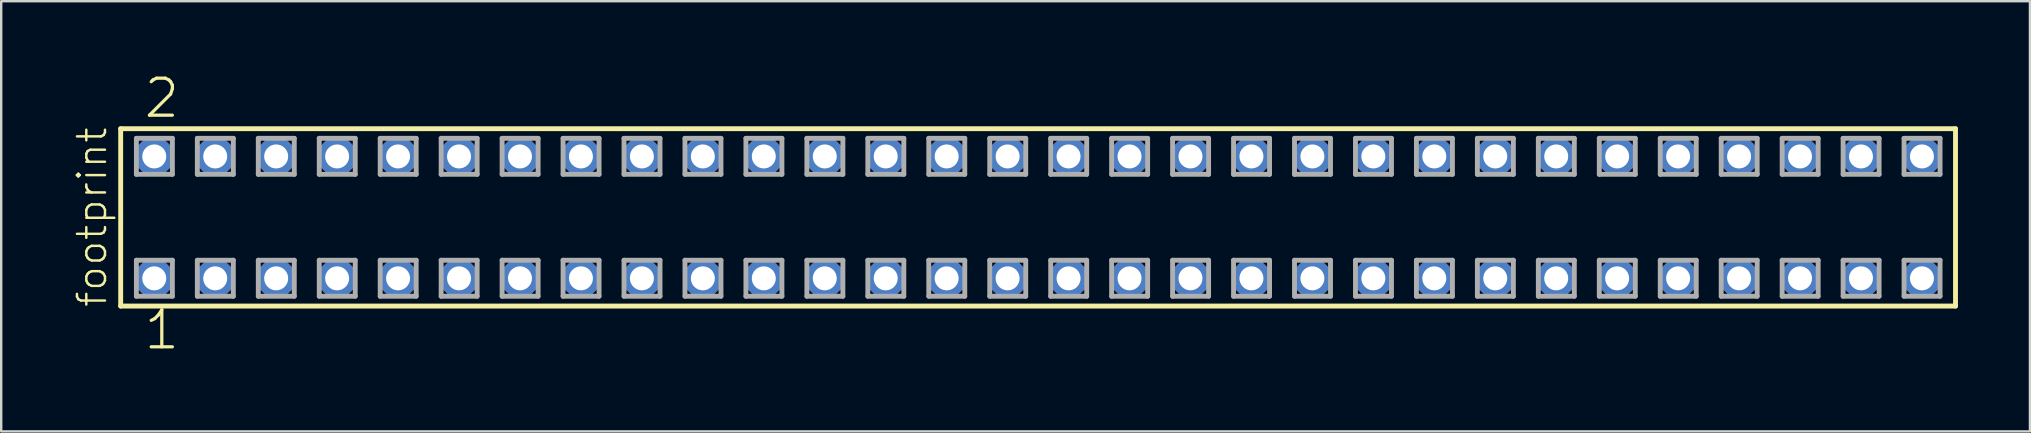
<source format=kicad_pcb>
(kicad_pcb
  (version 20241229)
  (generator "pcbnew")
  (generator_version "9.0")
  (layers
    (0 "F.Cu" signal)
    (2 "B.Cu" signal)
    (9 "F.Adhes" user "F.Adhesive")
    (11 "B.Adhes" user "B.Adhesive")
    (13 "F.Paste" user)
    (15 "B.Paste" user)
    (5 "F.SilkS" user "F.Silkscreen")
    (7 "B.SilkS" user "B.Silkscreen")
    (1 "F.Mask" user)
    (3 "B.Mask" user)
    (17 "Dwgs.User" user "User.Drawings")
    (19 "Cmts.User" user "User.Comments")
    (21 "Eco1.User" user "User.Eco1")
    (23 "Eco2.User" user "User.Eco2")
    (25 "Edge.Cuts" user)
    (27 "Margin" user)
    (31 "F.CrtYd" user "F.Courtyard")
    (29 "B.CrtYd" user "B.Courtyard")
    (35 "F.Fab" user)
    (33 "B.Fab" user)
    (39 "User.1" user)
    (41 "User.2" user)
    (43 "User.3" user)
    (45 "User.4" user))
  (footprint "footprint"
    (layer "F.Cu")
    (at 40.208 6.009)
    (property "Reference" "footprint" (at -38.735 3.81 90) (layer "F.SilkS") (effects (font (size 1.168 1.168) (thickness 0.102)) (justify left bottom)))
    (fp_line (start -38.229 -3.695) (end 38.229 -3.695) (stroke (width 0.203) (type solid)) (layer "F.SilkS"))
    (fp_line (start -38.229 3.695) (end -38.229 -3.695) (stroke (width 0.203) (type solid)) (layer "F.SilkS"))
    (fp_line (start 38.229 -3.695) (end 38.229 3.695) (stroke (width 0.203) (type solid)) (layer "F.SilkS"))
    (fp_line (start 38.229 3.695) (end -38.229 3.695) (stroke (width 0.203) (type solid)) (layer "F.SilkS"))
    (fp_line (start -37.575 -3.295) (end -36.075 -3.295) (stroke (width 0.203) (type solid)) (layer "F.Fab"))
    (fp_line (start -37.575 -1.795) (end -37.575 -3.295) (stroke (width 0.203) (type solid)) (layer "F.Fab"))
    (fp_line (start -37.575 1.785) (end -36.075 1.785) (stroke (width 0.203) (type solid)) (layer "F.Fab"))
    (fp_line (start -37.575 3.285) (end -37.575 1.785) (stroke (width 0.203) (type solid)) (layer "F.Fab"))
    (fp_line (start -36.075 -3.295) (end -36.075 -1.795) (stroke (width 0.203) (type solid)) (layer "F.Fab"))
    (fp_line (start -36.075 -1.795) (end -37.575 -1.795) (stroke (width 0.203) (type solid)) (layer "F.Fab"))
    (fp_line (start -36.075 1.785) (end -36.075 3.285) (stroke (width 0.203) (type solid)) (layer "F.Fab"))
    (fp_line (start -36.075 3.285) (end -37.575 3.285) (stroke (width 0.203) (type solid)) (layer "F.Fab"))
    (fp_line (start -35.035 -3.295) (end -33.535 -3.295) (stroke (width 0.203) (type solid)) (layer "F.Fab"))
    (fp_line (start -35.035 -1.795) (end -35.035 -3.295) (stroke (width 0.203) (type solid)) (layer "F.Fab"))
    (fp_line (start -35.035 1.785) (end -33.535 1.785) (stroke (width 0.203) (type solid)) (layer "F.Fab"))
    (fp_line (start -35.035 3.285) (end -35.035 1.785) (stroke (width 0.203) (type solid)) (layer "F.Fab"))
    (fp_line (start -33.535 -3.295) (end -33.535 -1.795) (stroke (width 0.203) (type solid)) (layer "F.Fab"))
    (fp_line (start -33.535 -1.795) (end -35.035 -1.795) (stroke (width 0.203) (type solid)) (layer "F.Fab"))
    (fp_line (start -33.535 1.785) (end -33.535 3.285) (stroke (width 0.203) (type solid)) (layer "F.Fab"))
    (fp_line (start -33.535 3.285) (end -35.035 3.285) (stroke (width 0.203) (type solid)) (layer "F.Fab"))
    (fp_line (start -32.495 -3.295) (end -30.995 -3.295) (stroke (width 0.203) (type solid)) (layer "F.Fab"))
    (fp_line (start -32.495 -1.795) (end -32.495 -3.295) (stroke (width 0.203) (type solid)) (layer "F.Fab"))
    (fp_line (start -32.495 1.785) (end -30.995 1.785) (stroke (width 0.203) (type solid)) (layer "F.Fab"))
    (fp_line (start -32.495 3.285) (end -32.495 1.785) (stroke (width 0.203) (type solid)) (layer "F.Fab"))
    (fp_line (start -30.995 -3.295) (end -30.995 -1.795) (stroke (width 0.203) (type solid)) (layer "F.Fab"))
    (fp_line (start -30.995 -1.795) (end -32.495 -1.795) (stroke (width 0.203) (type solid)) (layer "F.Fab"))
    (fp_line (start -30.995 1.785) (end -30.995 3.285) (stroke (width 0.203) (type solid)) (layer "F.Fab"))
    (fp_line (start -30.995 3.285) (end -32.495 3.285) (stroke (width 0.203) (type solid)) (layer "F.Fab"))
    (fp_line (start -29.955 -3.295) (end -28.455 -3.295) (stroke (width 0.203) (type solid)) (layer "F.Fab"))
    (fp_line (start -29.955 -1.795) (end -29.955 -3.295) (stroke (width 0.203) (type solid)) (layer "F.Fab"))
    (fp_line (start -29.955 1.785) (end -28.455 1.785) (stroke (width 0.203) (type solid)) (layer "F.Fab"))
    (fp_line (start -29.955 3.285) (end -29.955 1.785) (stroke (width 0.203) (type solid)) (layer "F.Fab"))
    (fp_line (start -28.455 -3.295) (end -28.455 -1.795) (stroke (width 0.203) (type solid)) (layer "F.Fab"))
    (fp_line (start -28.455 -1.795) (end -29.955 -1.795) (stroke (width 0.203) (type solid)) (layer "F.Fab"))
    (fp_line (start -28.455 1.785) (end -28.455 3.285) (stroke (width 0.203) (type solid)) (layer "F.Fab"))
    (fp_line (start -28.455 3.285) (end -29.955 3.285) (stroke (width 0.203) (type solid)) (layer "F.Fab"))
    (fp_line (start -27.415 -3.295) (end -25.915 -3.295) (stroke (width 0.203) (type solid)) (layer "F.Fab"))
    (fp_line (start -27.415 -1.795) (end -27.415 -3.295) (stroke (width 0.203) (type solid)) (layer "F.Fab"))
    (fp_line (start -27.415 1.785) (end -25.915 1.785) (stroke (width 0.203) (type solid)) (layer "F.Fab"))
    (fp_line (start -27.415 3.285) (end -27.415 1.785) (stroke (width 0.203) (type solid)) (layer "F.Fab"))
    (fp_line (start -25.915 -3.295) (end -25.915 -1.795) (stroke (width 0.203) (type solid)) (layer "F.Fab"))
    (fp_line (start -25.915 -1.795) (end -27.415 -1.795) (stroke (width 0.203) (type solid)) (layer "F.Fab"))
    (fp_line (start -25.915 1.785) (end -25.915 3.285) (stroke (width 0.203) (type solid)) (layer "F.Fab"))
    (fp_line (start -25.915 3.285) (end -27.415 3.285) (stroke (width 0.203) (type solid)) (layer "F.Fab"))
    (fp_line (start -24.875 -3.295) (end -23.375 -3.295) (stroke (width 0.203) (type solid)) (layer "F.Fab"))
    (fp_line (start -24.875 -1.795) (end -24.875 -3.295) (stroke (width 0.203) (type solid)) (layer "F.Fab"))
    (fp_line (start -24.875 1.785) (end -23.375 1.785) (stroke (width 0.203) (type solid)) (layer "F.Fab"))
    (fp_line (start -24.875 3.285) (end -24.875 1.785) (stroke (width 0.203) (type solid)) (layer "F.Fab"))
    (fp_line (start -23.375 -3.295) (end -23.375 -1.795) (stroke (width 0.203) (type solid)) (layer "F.Fab"))
    (fp_line (start -23.375 -1.795) (end -24.875 -1.795) (stroke (width 0.203) (type solid)) (layer "F.Fab"))
    (fp_line (start -23.375 1.785) (end -23.375 3.285) (stroke (width 0.203) (type solid)) (layer "F.Fab"))
    (fp_line (start -23.375 3.285) (end -24.875 3.285) (stroke (width 0.203) (type solid)) (layer "F.Fab"))
    (fp_line (start -22.335 -3.295) (end -20.835 -3.295) (stroke (width 0.203) (type solid)) (layer "F.Fab"))
    (fp_line (start -22.335 -1.795) (end -22.335 -3.295) (stroke (width 0.203) (type solid)) (layer "F.Fab"))
    (fp_line (start -22.335 1.785) (end -20.835 1.785) (stroke (width 0.203) (type solid)) (layer "F.Fab"))
    (fp_line (start -22.335 3.285) (end -22.335 1.785) (stroke (width 0.203) (type solid)) (layer "F.Fab"))
    (fp_line (start -20.835 -3.295) (end -20.835 -1.795) (stroke (width 0.203) (type solid)) (layer "F.Fab"))
    (fp_line (start -20.835 -1.795) (end -22.335 -1.795) (stroke (width 0.203) (type solid)) (layer "F.Fab"))
    (fp_line (start -20.835 1.785) (end -20.835 3.285) (stroke (width 0.203) (type solid)) (layer "F.Fab"))
    (fp_line (start -20.835 3.285) (end -22.335 3.285) (stroke (width 0.203) (type solid)) (layer "F.Fab"))
    (fp_line (start -19.795 -3.295) (end -18.295 -3.295) (stroke (width 0.203) (type solid)) (layer "F.Fab"))
    (fp_line (start -19.795 -1.795) (end -19.795 -3.295) (stroke (width 0.203) (type solid)) (layer "F.Fab"))
    (fp_line (start -19.795 1.785) (end -18.295 1.785) (stroke (width 0.203) (type solid)) (layer "F.Fab"))
    (fp_line (start -19.795 3.285) (end -19.795 1.785) (stroke (width 0.203) (type solid)) (layer "F.Fab"))
    (fp_line (start -18.295 -3.295) (end -18.295 -1.795) (stroke (width 0.203) (type solid)) (layer "F.Fab"))
    (fp_line (start -18.295 -1.795) (end -19.795 -1.795) (stroke (width 0.203) (type solid)) (layer "F.Fab"))
    (fp_line (start -18.295 1.785) (end -18.295 3.285) (stroke (width 0.203) (type solid)) (layer "F.Fab"))
    (fp_line (start -18.295 3.285) (end -19.795 3.285) (stroke (width 0.203) (type solid)) (layer "F.Fab"))
    (fp_line (start -17.255 -3.295) (end -15.755 -3.295) (stroke (width 0.203) (type solid)) (layer "F.Fab"))
    (fp_line (start -17.255 -1.795) (end -17.255 -3.295) (stroke (width 0.203) (type solid)) (layer "F.Fab"))
    (fp_line (start -17.255 1.785) (end -15.755 1.785) (stroke (width 0.203) (type solid)) (layer "F.Fab"))
    (fp_line (start -17.255 3.285) (end -17.255 1.785) (stroke (width 0.203) (type solid)) (layer "F.Fab"))
    (fp_line (start -15.755 -3.295) (end -15.755 -1.795) (stroke (width 0.203) (type solid)) (layer "F.Fab"))
    (fp_line (start -15.755 -1.795) (end -17.255 -1.795) (stroke (width 0.203) (type solid)) (layer "F.Fab"))
    (fp_line (start -15.755 1.785) (end -15.755 3.285) (stroke (width 0.203) (type solid)) (layer "F.Fab"))
    (fp_line (start -15.755 3.285) (end -17.255 3.285) (stroke (width 0.203) (type solid)) (layer "F.Fab"))
    (fp_line (start -14.715 -3.295) (end -13.215 -3.295) (stroke (width 0.203) (type solid)) (layer "F.Fab"))
    (fp_line (start -14.715 -1.795) (end -14.715 -3.295) (stroke (width 0.203) (type solid)) (layer "F.Fab"))
    (fp_line (start -14.715 1.785) (end -13.215 1.785) (stroke (width 0.203) (type solid)) (layer "F.Fab"))
    (fp_line (start -14.715 3.285) (end -14.715 1.785) (stroke (width 0.203) (type solid)) (layer "F.Fab"))
    (fp_line (start -13.215 -3.295) (end -13.215 -1.795) (stroke (width 0.203) (type solid)) (layer "F.Fab"))
    (fp_line (start -13.215 -1.795) (end -14.715 -1.795) (stroke (width 0.203) (type solid)) (layer "F.Fab"))
    (fp_line (start -13.215 1.785) (end -13.215 3.285) (stroke (width 0.203) (type solid)) (layer "F.Fab"))
    (fp_line (start -13.215 3.285) (end -14.715 3.285) (stroke (width 0.203) (type solid)) (layer "F.Fab"))
    (fp_line (start -12.175 -3.295) (end -10.675 -3.295) (stroke (width 0.203) (type solid)) (layer "F.Fab"))
    (fp_line (start -12.175 -1.795) (end -12.175 -3.295) (stroke (width 0.203) (type solid)) (layer "F.Fab"))
    (fp_line (start -12.175 1.785) (end -10.675 1.785) (stroke (width 0.203) (type solid)) (layer "F.Fab"))
    (fp_line (start -12.175 3.285) (end -12.175 1.785) (stroke (width 0.203) (type solid)) (layer "F.Fab"))
    (fp_line (start -10.675 -3.295) (end -10.675 -1.795) (stroke (width 0.203) (type solid)) (layer "F.Fab"))
    (fp_line (start -10.675 -1.795) (end -12.175 -1.795) (stroke (width 0.203) (type solid)) (layer "F.Fab"))
    (fp_line (start -10.675 1.785) (end -10.675 3.285) (stroke (width 0.203) (type solid)) (layer "F.Fab"))
    (fp_line (start -10.675 3.285) (end -12.175 3.285) (stroke (width 0.203) (type solid)) (layer "F.Fab"))
    (fp_line (start -9.635 -3.295) (end -8.135 -3.295) (stroke (width 0.203) (type solid)) (layer "F.Fab"))
    (fp_line (start -9.635 -1.795) (end -9.635 -3.295) (stroke (width 0.203) (type solid)) (layer "F.Fab"))
    (fp_line (start -9.635 1.785) (end -8.135 1.785) (stroke (width 0.203) (type solid)) (layer "F.Fab"))
    (fp_line (start -9.635 3.285) (end -9.635 1.785) (stroke (width 0.203) (type solid)) (layer "F.Fab"))
    (fp_line (start -8.135 -3.295) (end -8.135 -1.795) (stroke (width 0.203) (type solid)) (layer "F.Fab"))
    (fp_line (start -8.135 -1.795) (end -9.635 -1.795) (stroke (width 0.203) (type solid)) (layer "F.Fab"))
    (fp_line (start -8.135 1.785) (end -8.135 3.285) (stroke (width 0.203) (type solid)) (layer "F.Fab"))
    (fp_line (start -8.135 3.285) (end -9.635 3.285) (stroke (width 0.203) (type solid)) (layer "F.Fab"))
    (fp_line (start -7.095 -3.295) (end -5.595 -3.295) (stroke (width 0.203) (type solid)) (layer "F.Fab"))
    (fp_line (start -7.095 -1.795) (end -7.095 -3.295) (stroke (width 0.203) (type solid)) (layer "F.Fab"))
    (fp_line (start -7.095 1.785) (end -5.595 1.785) (stroke (width 0.203) (type solid)) (layer "F.Fab"))
    (fp_line (start -7.095 3.285) (end -7.095 1.785) (stroke (width 0.203) (type solid)) (layer "F.Fab"))
    (fp_line (start -5.595 -3.295) (end -5.595 -1.795) (stroke (width 0.203) (type solid)) (layer "F.Fab"))
    (fp_line (start -5.595 -1.795) (end -7.095 -1.795) (stroke (width 0.203) (type solid)) (layer "F.Fab"))
    (fp_line (start -5.595 1.785) (end -5.595 3.285) (stroke (width 0.203) (type solid)) (layer "F.Fab"))
    (fp_line (start -5.595 3.285) (end -7.095 3.285) (stroke (width 0.203) (type solid)) (layer "F.Fab"))
    (fp_line (start -4.555 -3.295) (end -3.055 -3.295) (stroke (width 0.203) (type solid)) (layer "F.Fab"))
    (fp_line (start -4.555 -1.795) (end -4.555 -3.295) (stroke (width 0.203) (type solid)) (layer "F.Fab"))
    (fp_line (start -4.555 1.785) (end -3.055 1.785) (stroke (width 0.203) (type solid)) (layer "F.Fab"))
    (fp_line (start -4.555 3.285) (end -4.555 1.785) (stroke (width 0.203) (type solid)) (layer "F.Fab"))
    (fp_line (start -3.055 -3.295) (end -3.055 -1.795) (stroke (width 0.203) (type solid)) (layer "F.Fab"))
    (fp_line (start -3.055 -1.795) (end -4.555 -1.795) (stroke (width 0.203) (type solid)) (layer "F.Fab"))
    (fp_line (start -3.055 1.785) (end -3.055 3.285) (stroke (width 0.203) (type solid)) (layer "F.Fab"))
    (fp_line (start -3.055 3.285) (end -4.555 3.285) (stroke (width 0.203) (type solid)) (layer "F.Fab"))
    (fp_line (start -2.015 -3.295) (end -0.515 -3.295) (stroke (width 0.203) (type solid)) (layer "F.Fab"))
    (fp_line (start -2.015 -1.795) (end -2.015 -3.295) (stroke (width 0.203) (type solid)) (layer "F.Fab"))
    (fp_line (start -2.015 1.785) (end -0.515 1.785) (stroke (width 0.203) (type solid)) (layer "F.Fab"))
    (fp_line (start -2.015 3.285) (end -2.015 1.785) (stroke (width 0.203) (type solid)) (layer "F.Fab"))
    (fp_line (start -0.515 -3.295) (end -0.515 -1.795) (stroke (width 0.203) (type solid)) (layer "F.Fab"))
    (fp_line (start -0.515 -1.795) (end -2.015 -1.795) (stroke (width 0.203) (type solid)) (layer "F.Fab"))
    (fp_line (start -0.515 1.785) (end -0.515 3.285) (stroke (width 0.203) (type solid)) (layer "F.Fab"))
    (fp_line (start -0.515 3.285) (end -2.015 3.285) (stroke (width 0.203) (type solid)) (layer "F.Fab"))
    (fp_line (start 0.525 -3.295) (end 2.025 -3.295) (stroke (width 0.203) (type solid)) (layer "F.Fab"))
    (fp_line (start 0.525 -1.795) (end 0.525 -3.295) (stroke (width 0.203) (type solid)) (layer "F.Fab"))
    (fp_line (start 0.525 1.785) (end 2.025 1.785) (stroke (width 0.203) (type solid)) (layer "F.Fab"))
    (fp_line (start 0.525 3.285) (end 0.525 1.785) (stroke (width 0.203) (type solid)) (layer "F.Fab"))
    (fp_line (start 2.025 -3.295) (end 2.025 -1.795) (stroke (width 0.203) (type solid)) (layer "F.Fab"))
    (fp_line (start 2.025 -1.795) (end 0.525 -1.795) (stroke (width 0.203) (type solid)) (layer "F.Fab"))
    (fp_line (start 2.025 1.785) (end 2.025 3.285) (stroke (width 0.203) (type solid)) (layer "F.Fab"))
    (fp_line (start 2.025 3.285) (end 0.525 3.285) (stroke (width 0.203) (type solid)) (layer "F.Fab"))
    (fp_line (start 3.065 -3.295) (end 4.565 -3.295) (stroke (width 0.203) (type solid)) (layer "F.Fab"))
    (fp_line (start 3.065 -1.795) (end 3.065 -3.295) (stroke (width 0.203) (type solid)) (layer "F.Fab"))
    (fp_line (start 3.065 1.785) (end 4.565 1.785) (stroke (width 0.203) (type solid)) (layer "F.Fab"))
    (fp_line (start 3.065 3.285) (end 3.065 1.785) (stroke (width 0.203) (type solid)) (layer "F.Fab"))
    (fp_line (start 4.565 -3.295) (end 4.565 -1.795) (stroke (width 0.203) (type solid)) (layer "F.Fab"))
    (fp_line (start 4.565 -1.795) (end 3.065 -1.795) (stroke (width 0.203) (type solid)) (layer "F.Fab"))
    (fp_line (start 4.565 1.785) (end 4.565 3.285) (stroke (width 0.203) (type solid)) (layer "F.Fab"))
    (fp_line (start 4.565 3.285) (end 3.065 3.285) (stroke (width 0.203) (type solid)) (layer "F.Fab"))
    (fp_line (start 5.605 -3.295) (end 7.105 -3.295) (stroke (width 0.203) (type solid)) (layer "F.Fab"))
    (fp_line (start 5.605 -1.795) (end 5.605 -3.295) (stroke (width 0.203) (type solid)) (layer "F.Fab"))
    (fp_line (start 5.605 1.785) (end 7.105 1.785) (stroke (width 0.203) (type solid)) (layer "F.Fab"))
    (fp_line (start 5.605 3.285) (end 5.605 1.785) (stroke (width 0.203) (type solid)) (layer "F.Fab"))
    (fp_line (start 7.105 -3.295) (end 7.105 -1.795) (stroke (width 0.203) (type solid)) (layer "F.Fab"))
    (fp_line (start 7.105 -1.795) (end 5.605 -1.795) (stroke (width 0.203) (type solid)) (layer "F.Fab"))
    (fp_line (start 7.105 1.785) (end 7.105 3.285) (stroke (width 0.203) (type solid)) (layer "F.Fab"))
    (fp_line (start 7.105 3.285) (end 5.605 3.285) (stroke (width 0.203) (type solid)) (layer "F.Fab"))
    (fp_line (start 8.145 -3.295) (end 9.645 -3.295) (stroke (width 0.203) (type solid)) (layer "F.Fab"))
    (fp_line (start 8.145 -1.795) (end 8.145 -3.295) (stroke (width 0.203) (type solid)) (layer "F.Fab"))
    (fp_line (start 8.145 1.785) (end 9.645 1.785) (stroke (width 0.203) (type solid)) (layer "F.Fab"))
    (fp_line (start 8.145 3.285) (end 8.145 1.785) (stroke (width 0.203) (type solid)) (layer "F.Fab"))
    (fp_line (start 9.645 -3.295) (end 9.645 -1.795) (stroke (width 0.203) (type solid)) (layer "F.Fab"))
    (fp_line (start 9.645 -1.795) (end 8.145 -1.795) (stroke (width 0.203) (type solid)) (layer "F.Fab"))
    (fp_line (start 9.645 1.785) (end 9.645 3.285) (stroke (width 0.203) (type solid)) (layer "F.Fab"))
    (fp_line (start 9.645 3.285) (end 8.145 3.285) (stroke (width 0.203) (type solid)) (layer "F.Fab"))
    (fp_line (start 10.685 -3.295) (end 12.185 -3.295) (stroke (width 0.203) (type solid)) (layer "F.Fab"))
    (fp_line (start 10.685 -1.795) (end 10.685 -3.295) (stroke (width 0.203) (type solid)) (layer "F.Fab"))
    (fp_line (start 10.685 1.785) (end 12.185 1.785) (stroke (width 0.203) (type solid)) (layer "F.Fab"))
    (fp_line (start 10.685 3.285) (end 10.685 1.785) (stroke (width 0.203) (type solid)) (layer "F.Fab"))
    (fp_line (start 12.185 -3.295) (end 12.185 -1.795) (stroke (width 0.203) (type solid)) (layer "F.Fab"))
    (fp_line (start 12.185 -1.795) (end 10.685 -1.795) (stroke (width 0.203) (type solid)) (layer "F.Fab"))
    (fp_line (start 12.185 1.785) (end 12.185 3.285) (stroke (width 0.203) (type solid)) (layer "F.Fab"))
    (fp_line (start 12.185 3.285) (end 10.685 3.285) (stroke (width 0.203) (type solid)) (layer "F.Fab"))
    (fp_line (start 13.225 -3.295) (end 14.725 -3.295) (stroke (width 0.203) (type solid)) (layer "F.Fab"))
    (fp_line (start 13.225 -1.795) (end 13.225 -3.295) (stroke (width 0.203) (type solid)) (layer "F.Fab"))
    (fp_line (start 13.225 1.785) (end 14.725 1.785) (stroke (width 0.203) (type solid)) (layer "F.Fab"))
    (fp_line (start 13.225 3.285) (end 13.225 1.785) (stroke (width 0.203) (type solid)) (layer "F.Fab"))
    (fp_line (start 14.725 -3.295) (end 14.725 -1.795) (stroke (width 0.203) (type solid)) (layer "F.Fab"))
    (fp_line (start 14.725 -1.795) (end 13.225 -1.795) (stroke (width 0.203) (type solid)) (layer "F.Fab"))
    (fp_line (start 14.725 1.785) (end 14.725 3.285) (stroke (width 0.203) (type solid)) (layer "F.Fab"))
    (fp_line (start 14.725 3.285) (end 13.225 3.285) (stroke (width 0.203) (type solid)) (layer "F.Fab"))
    (fp_line (start 15.765 -3.295) (end 17.265 -3.295) (stroke (width 0.203) (type solid)) (layer "F.Fab"))
    (fp_line (start 15.765 -1.795) (end 15.765 -3.295) (stroke (width 0.203) (type solid)) (layer "F.Fab"))
    (fp_line (start 15.765 1.785) (end 17.265 1.785) (stroke (width 0.203) (type solid)) (layer "F.Fab"))
    (fp_line (start 15.765 3.285) (end 15.765 1.785) (stroke (width 0.203) (type solid)) (layer "F.Fab"))
    (fp_line (start 17.265 -3.295) (end 17.265 -1.795) (stroke (width 0.203) (type solid)) (layer "F.Fab"))
    (fp_line (start 17.265 -1.795) (end 15.765 -1.795) (stroke (width 0.203) (type solid)) (layer "F.Fab"))
    (fp_line (start 17.265 1.785) (end 17.265 3.285) (stroke (width 0.203) (type solid)) (layer "F.Fab"))
    (fp_line (start 17.265 3.285) (end 15.765 3.285) (stroke (width 0.203) (type solid)) (layer "F.Fab"))
    (fp_line (start 18.305 -3.295) (end 19.805 -3.295) (stroke (width 0.203) (type solid)) (layer "F.Fab"))
    (fp_line (start 18.305 -1.795) (end 18.305 -3.295) (stroke (width 0.203) (type solid)) (layer "F.Fab"))
    (fp_line (start 18.305 1.785) (end 19.805 1.785) (stroke (width 0.203) (type solid)) (layer "F.Fab"))
    (fp_line (start 18.305 3.285) (end 18.305 1.785) (stroke (width 0.203) (type solid)) (layer "F.Fab"))
    (fp_line (start 19.805 -3.295) (end 19.805 -1.795) (stroke (width 0.203) (type solid)) (layer "F.Fab"))
    (fp_line (start 19.805 -1.795) (end 18.305 -1.795) (stroke (width 0.203) (type solid)) (layer "F.Fab"))
    (fp_line (start 19.805 1.785) (end 19.805 3.285) (stroke (width 0.203) (type solid)) (layer "F.Fab"))
    (fp_line (start 19.805 3.285) (end 18.305 3.285) (stroke (width 0.203) (type solid)) (layer "F.Fab"))
    (fp_line (start 20.845 -3.295) (end 22.345 -3.295) (stroke (width 0.203) (type solid)) (layer "F.Fab"))
    (fp_line (start 20.845 -1.795) (end 20.845 -3.295) (stroke (width 0.203) (type solid)) (layer "F.Fab"))
    (fp_line (start 20.845 1.785) (end 22.345 1.785) (stroke (width 0.203) (type solid)) (layer "F.Fab"))
    (fp_line (start 20.845 3.285) (end 20.845 1.785) (stroke (width 0.203) (type solid)) (layer "F.Fab"))
    (fp_line (start 22.345 -3.295) (end 22.345 -1.795) (stroke (width 0.203) (type solid)) (layer "F.Fab"))
    (fp_line (start 22.345 -1.795) (end 20.845 -1.795) (stroke (width 0.203) (type solid)) (layer "F.Fab"))
    (fp_line (start 22.345 1.785) (end 22.345 3.285) (stroke (width 0.203) (type solid)) (layer "F.Fab"))
    (fp_line (start 22.345 3.285) (end 20.845 3.285) (stroke (width 0.203) (type solid)) (layer "F.Fab"))
    (fp_line (start 23.385 -3.295) (end 24.885 -3.295) (stroke (width 0.203) (type solid)) (layer "F.Fab"))
    (fp_line (start 23.385 -1.795) (end 23.385 -3.295) (stroke (width 0.203) (type solid)) (layer "F.Fab"))
    (fp_line (start 23.385 1.785) (end 24.885 1.785) (stroke (width 0.203) (type solid)) (layer "F.Fab"))
    (fp_line (start 23.385 3.285) (end 23.385 1.785) (stroke (width 0.203) (type solid)) (layer "F.Fab"))
    (fp_line (start 24.885 -3.295) (end 24.885 -1.795) (stroke (width 0.203) (type solid)) (layer "F.Fab"))
    (fp_line (start 24.885 -1.795) (end 23.385 -1.795) (stroke (width 0.203) (type solid)) (layer "F.Fab"))
    (fp_line (start 24.885 1.785) (end 24.885 3.285) (stroke (width 0.203) (type solid)) (layer "F.Fab"))
    (fp_line (start 24.885 3.285) (end 23.385 3.285) (stroke (width 0.203) (type solid)) (layer "F.Fab"))
    (fp_line (start 25.925 -3.295) (end 27.425 -3.295) (stroke (width 0.203) (type solid)) (layer "F.Fab"))
    (fp_line (start 25.925 -1.795) (end 25.925 -3.295) (stroke (width 0.203) (type solid)) (layer "F.Fab"))
    (fp_line (start 25.925 1.785) (end 27.425 1.785) (stroke (width 0.203) (type solid)) (layer "F.Fab"))
    (fp_line (start 25.925 3.285) (end 25.925 1.785) (stroke (width 0.203) (type solid)) (layer "F.Fab"))
    (fp_line (start 27.425 -3.295) (end 27.425 -1.795) (stroke (width 0.203) (type solid)) (layer "F.Fab"))
    (fp_line (start 27.425 -1.795) (end 25.925 -1.795) (stroke (width 0.203) (type solid)) (layer "F.Fab"))
    (fp_line (start 27.425 1.785) (end 27.425 3.285) (stroke (width 0.203) (type solid)) (layer "F.Fab"))
    (fp_line (start 27.425 3.285) (end 25.925 3.285) (stroke (width 0.203) (type solid)) (layer "F.Fab"))
    (fp_line (start 28.465 -3.295) (end 29.965 -3.295) (stroke (width 0.203) (type solid)) (layer "F.Fab"))
    (fp_line (start 28.465 -1.795) (end 28.465 -3.295) (stroke (width 0.203) (type solid)) (layer "F.Fab"))
    (fp_line (start 28.465 1.785) (end 29.965 1.785) (stroke (width 0.203) (type solid)) (layer "F.Fab"))
    (fp_line (start 28.465 3.285) (end 28.465 1.785) (stroke (width 0.203) (type solid)) (layer "F.Fab"))
    (fp_line (start 29.965 -3.295) (end 29.965 -1.795) (stroke (width 0.203) (type solid)) (layer "F.Fab"))
    (fp_line (start 29.965 -1.795) (end 28.465 -1.795) (stroke (width 0.203) (type solid)) (layer "F.Fab"))
    (fp_line (start 29.965 1.785) (end 29.965 3.285) (stroke (width 0.203) (type solid)) (layer "F.Fab"))
    (fp_line (start 29.965 3.285) (end 28.465 3.285) (stroke (width 0.203) (type solid)) (layer "F.Fab"))
    (fp_line (start 31.005 -3.295) (end 32.505 -3.295) (stroke (width 0.203) (type solid)) (layer "F.Fab"))
    (fp_line (start 31.005 -1.795) (end 31.005 -3.295) (stroke (width 0.203) (type solid)) (layer "F.Fab"))
    (fp_line (start 31.005 1.785) (end 32.505 1.785) (stroke (width 0.203) (type solid)) (layer "F.Fab"))
    (fp_line (start 31.005 3.285) (end 31.005 1.785) (stroke (width 0.203) (type solid)) (layer "F.Fab"))
    (fp_line (start 32.505 -3.295) (end 32.505 -1.795) (stroke (width 0.203) (type solid)) (layer "F.Fab"))
    (fp_line (start 32.505 -1.795) (end 31.005 -1.795) (stroke (width 0.203) (type solid)) (layer "F.Fab"))
    (fp_line (start 32.505 1.785) (end 32.505 3.285) (stroke (width 0.203) (type solid)) (layer "F.Fab"))
    (fp_line (start 32.505 3.285) (end 31.005 3.285) (stroke (width 0.203) (type solid)) (layer "F.Fab"))
    (fp_line (start 33.545 -3.295) (end 35.045 -3.295) (stroke (width 0.203) (type solid)) (layer "F.Fab"))
    (fp_line (start 33.545 -1.795) (end 33.545 -3.295) (stroke (width 0.203) (type solid)) (layer "F.Fab"))
    (fp_line (start 33.545 1.785) (end 35.045 1.785) (stroke (width 0.203) (type solid)) (layer "F.Fab"))
    (fp_line (start 33.545 3.285) (end 33.545 1.785) (stroke (width 0.203) (type solid)) (layer "F.Fab"))
    (fp_line (start 35.045 -3.295) (end 35.045 -1.795) (stroke (width 0.203) (type solid)) (layer "F.Fab"))
    (fp_line (start 35.045 -1.795) (end 33.545 -1.795) (stroke (width 0.203) (type solid)) (layer "F.Fab"))
    (fp_line (start 35.045 1.785) (end 35.045 3.285) (stroke (width 0.203) (type solid)) (layer "F.Fab"))
    (fp_line (start 35.045 3.285) (end 33.545 3.285) (stroke (width 0.203) (type solid)) (layer "F.Fab"))
    (fp_line (start 36.085 -3.295) (end 37.585 -3.295) (stroke (width 0.203) (type solid)) (layer "F.Fab"))
    (fp_line (start 36.085 -1.795) (end 36.085 -3.295) (stroke (width 0.203) (type solid)) (layer "F.Fab"))
    (fp_line (start 36.085 1.785) (end 37.585 1.785) (stroke (width 0.203) (type solid)) (layer "F.Fab"))
    (fp_line (start 36.085 3.285) (end 36.085 1.785) (stroke (width 0.203) (type solid)) (layer "F.Fab"))
    (fp_line (start 37.585 -3.295) (end 37.585 -1.795) (stroke (width 0.203) (type solid)) (layer "F.Fab"))
    (fp_line (start 37.585 -1.795) (end 36.085 -1.795) (stroke (width 0.203) (type solid)) (layer "F.Fab"))
    (fp_line (start 37.585 1.785) (end 37.585 3.285) (stroke (width 0.203) (type solid)) (layer "F.Fab"))
    (fp_line (start 37.585 3.285) (end 36.085 3.285) (stroke (width 0.203) (type solid)) (layer "F.Fab"))
    (fp_text user "1" (at -37.338 5.588 0) (layer "F.SilkS") (effects (font (size 1.542 1.542) (thickness 0.134)) (justify left bottom)))
    (fp_text user "2" (at -37.338 -4.064 0) (layer "F.SilkS") (effects (font (size 1.542 1.542) (thickness 0.134)) (justify left bottom)))
    (pad "1" thru_hole roundrect (at -36.83 2.54) (size 1.5 1.5) (drill 1) (layers "*.Cu" "*.Mask") (roundrect_rratio 0.25) (chamfer_ratio 0.25) (chamfer top_left top_right bottom_left bottom_right))
    (pad "2" thru_hole roundrect (at -36.83 -2.54) (size 1.5 1.5) (drill 1) (layers "*.Cu" "*.Mask") (roundrect_rratio 0.25) (chamfer_ratio 0.25) (chamfer top_left top_right bottom_left bottom_right))
    (pad "3" thru_hole roundrect (at -34.29 2.54) (size 1.5 1.5) (drill 1) (layers "*.Cu" "*.Mask") (roundrect_rratio 0.25) (chamfer_ratio 0.25) (chamfer top_left top_right bottom_left bottom_right))
    (pad "4" thru_hole roundrect (at -34.29 -2.54) (size 1.5 1.5) (drill 1) (layers "*.Cu" "*.Mask") (roundrect_rratio 0.25) (chamfer_ratio 0.25) (chamfer top_left top_right bottom_left bottom_right))
    (pad "5" thru_hole roundrect (at -31.75 2.54) (size 1.5 1.5) (drill 1) (layers "*.Cu" "*.Mask") (roundrect_rratio 0.25) (chamfer_ratio 0.25) (chamfer top_left top_right bottom_left bottom_right))
    (pad "6" thru_hole roundrect (at -31.75 -2.54) (size 1.5 1.5) (drill 1) (layers "*.Cu" "*.Mask") (roundrect_rratio 0.25) (chamfer_ratio 0.25) (chamfer top_left top_right bottom_left bottom_right))
    (pad "7" thru_hole roundrect (at -29.21 2.54) (size 1.5 1.5) (drill 1) (layers "*.Cu" "*.Mask") (roundrect_rratio 0.25) (chamfer_ratio 0.25) (chamfer top_left top_right bottom_left bottom_right))
    (pad "8" thru_hole roundrect (at -29.21 -2.54) (size 1.5 1.5) (drill 1) (layers "*.Cu" "*.Mask") (roundrect_rratio 0.25) (chamfer_ratio 0.25) (chamfer top_left top_right bottom_left bottom_right))
    (pad "9" thru_hole roundrect (at -26.67 2.54) (size 1.5 1.5) (drill 1) (layers "*.Cu" "*.Mask") (roundrect_rratio 0.25) (chamfer_ratio 0.25) (chamfer top_left top_right bottom_left bottom_right))
    (pad "10" thru_hole roundrect (at -26.67 -2.54) (size 1.5 1.5) (drill 1) (layers "*.Cu" "*.Mask") (roundrect_rratio 0.25) (chamfer_ratio 0.25) (chamfer top_left top_right bottom_left bottom_right))
    (pad "11" thru_hole roundrect (at -24.13 2.54) (size 1.5 1.5) (drill 1) (layers "*.Cu" "*.Mask") (roundrect_rratio 0.25) (chamfer_ratio 0.25) (chamfer top_left top_right bottom_left bottom_right))
    (pad "12" thru_hole roundrect (at -24.13 -2.54) (size 1.5 1.5) (drill 1) (layers "*.Cu" "*.Mask") (roundrect_rratio 0.25) (chamfer_ratio 0.25) (chamfer top_left top_right bottom_left bottom_right))
    (pad "13" thru_hole roundrect (at -21.59 2.54) (size 1.5 1.5) (drill 1) (layers "*.Cu" "*.Mask") (roundrect_rratio 0.25) (chamfer_ratio 0.25) (chamfer top_left top_right bottom_left bottom_right))
    (pad "14" thru_hole roundrect (at -21.59 -2.54) (size 1.5 1.5) (drill 1) (layers "*.Cu" "*.Mask") (roundrect_rratio 0.25) (chamfer_ratio 0.25) (chamfer top_left top_right bottom_left bottom_right))
    (pad "15" thru_hole roundrect (at -19.05 2.54) (size 1.5 1.5) (drill 1) (layers "*.Cu" "*.Mask") (roundrect_rratio 0.25) (chamfer_ratio 0.25) (chamfer top_left top_right bottom_left bottom_right))
    (pad "16" thru_hole roundrect (at -19.05 -2.54) (size 1.5 1.5) (drill 1) (layers "*.Cu" "*.Mask") (roundrect_rratio 0.25) (chamfer_ratio 0.25) (chamfer top_left top_right bottom_left bottom_right))
    (pad "17" thru_hole roundrect (at -16.51 2.54) (size 1.5 1.5) (drill 1) (layers "*.Cu" "*.Mask") (roundrect_rratio 0.25) (chamfer_ratio 0.25) (chamfer top_left top_right bottom_left bottom_right))
    (pad "18" thru_hole roundrect (at -16.51 -2.54) (size 1.5 1.5) (drill 1) (layers "*.Cu" "*.Mask") (roundrect_rratio 0.25) (chamfer_ratio 0.25) (chamfer top_left top_right bottom_left bottom_right))
    (pad "19" thru_hole roundrect (at -13.97 2.54) (size 1.5 1.5) (drill 1) (layers "*.Cu" "*.Mask") (roundrect_rratio 0.25) (chamfer_ratio 0.25) (chamfer top_left top_right bottom_left bottom_right))
    (pad "20" thru_hole roundrect (at -13.97 -2.54) (size 1.5 1.5) (drill 1) (layers "*.Cu" "*.Mask") (roundrect_rratio 0.25) (chamfer_ratio 0.25) (chamfer top_left top_right bottom_left bottom_right))
    (pad "21" thru_hole roundrect (at -11.43 2.54) (size 1.5 1.5) (drill 1) (layers "*.Cu" "*.Mask") (roundrect_rratio 0.25) (chamfer_ratio 0.25) (chamfer top_left top_right bottom_left bottom_right))
    (pad "22" thru_hole roundrect (at -11.43 -2.54) (size 1.5 1.5) (drill 1) (layers "*.Cu" "*.Mask") (roundrect_rratio 0.25) (chamfer_ratio 0.25) (chamfer top_left top_right bottom_left bottom_right))
    (pad "23" thru_hole roundrect (at -8.89 2.54) (size 1.5 1.5) (drill 1) (layers "*.Cu" "*.Mask") (roundrect_rratio 0.25) (chamfer_ratio 0.25) (chamfer top_left top_right bottom_left bottom_right))
    (pad "24" thru_hole roundrect (at -8.89 -2.54) (size 1.5 1.5) (drill 1) (layers "*.Cu" "*.Mask") (roundrect_rratio 0.25) (chamfer_ratio 0.25) (chamfer top_left top_right bottom_left bottom_right))
    (pad "25" thru_hole roundrect (at -6.35 2.54) (size 1.5 1.5) (drill 1) (layers "*.Cu" "*.Mask") (roundrect_rratio 0.25) (chamfer_ratio 0.25) (chamfer top_left top_right bottom_left bottom_right))
    (pad "26" thru_hole roundrect (at -6.35 -2.54) (size 1.5 1.5) (drill 1) (layers "*.Cu" "*.Mask") (roundrect_rratio 0.25) (chamfer_ratio 0.25) (chamfer top_left top_right bottom_left bottom_right))
    (pad "27" thru_hole roundrect (at -3.81 2.54) (size 1.5 1.5) (drill 1) (layers "*.Cu" "*.Mask") (roundrect_rratio 0.25) (chamfer_ratio 0.25) (chamfer top_left top_right bottom_left bottom_right))
    (pad "28" thru_hole roundrect (at -3.81 -2.54) (size 1.5 1.5) (drill 1) (layers "*.Cu" "*.Mask") (roundrect_rratio 0.25) (chamfer_ratio 0.25) (chamfer top_left top_right bottom_left bottom_right))
    (pad "29" thru_hole roundrect (at -1.27 2.54) (size 1.5 1.5) (drill 1) (layers "*.Cu" "*.Mask") (roundrect_rratio 0.25) (chamfer_ratio 0.25) (chamfer top_left top_right bottom_left bottom_right))
    (pad "30" thru_hole roundrect (at -1.27 -2.54) (size 1.5 1.5) (drill 1) (layers "*.Cu" "*.Mask") (roundrect_rratio 0.25) (chamfer_ratio 0.25) (chamfer top_left top_right bottom_left bottom_right))
    (pad "31" thru_hole roundrect (at 1.27 2.54) (size 1.5 1.5) (drill 1) (layers "*.Cu" "*.Mask") (roundrect_rratio 0.25) (chamfer_ratio 0.25) (chamfer top_left top_right bottom_left bottom_right))
    (pad "32" thru_hole roundrect (at 1.27 -2.54) (size 1.5 1.5) (drill 1) (layers "*.Cu" "*.Mask") (roundrect_rratio 0.25) (chamfer_ratio 0.25) (chamfer top_left top_right bottom_left bottom_right))
    (pad "33" thru_hole roundrect (at 3.81 2.54) (size 1.5 1.5) (drill 1) (layers "*.Cu" "*.Mask") (roundrect_rratio 0.25) (chamfer_ratio 0.25) (chamfer top_left top_right bottom_left bottom_right))
    (pad "34" thru_hole roundrect (at 3.81 -2.54) (size 1.5 1.5) (drill 1) (layers "*.Cu" "*.Mask") (roundrect_rratio 0.25) (chamfer_ratio 0.25) (chamfer top_left top_right bottom_left bottom_right))
    (pad "35" thru_hole roundrect (at 6.35 2.54) (size 1.5 1.5) (drill 1) (layers "*.Cu" "*.Mask") (roundrect_rratio 0.25) (chamfer_ratio 0.25) (chamfer top_left top_right bottom_left bottom_right))
    (pad "36" thru_hole roundrect (at 6.35 -2.54) (size 1.5 1.5) (drill 1) (layers "*.Cu" "*.Mask") (roundrect_rratio 0.25) (chamfer_ratio 0.25) (chamfer top_left top_right bottom_left bottom_right))
    (pad "37" thru_hole roundrect (at 8.89 2.54) (size 1.5 1.5) (drill 1) (layers "*.Cu" "*.Mask") (roundrect_rratio 0.25) (chamfer_ratio 0.25) (chamfer top_left top_right bottom_left bottom_right))
    (pad "38" thru_hole roundrect (at 8.89 -2.54) (size 1.5 1.5) (drill 1) (layers "*.Cu" "*.Mask") (roundrect_rratio 0.25) (chamfer_ratio 0.25) (chamfer top_left top_right bottom_left bottom_right))
    (pad "39" thru_hole roundrect (at 11.43 2.54) (size 1.5 1.5) (drill 1) (layers "*.Cu" "*.Mask") (roundrect_rratio 0.25) (chamfer_ratio 0.25) (chamfer top_left top_right bottom_left bottom_right))
    (pad "40" thru_hole roundrect (at 11.43 -2.54) (size 1.5 1.5) (drill 1) (layers "*.Cu" "*.Mask") (roundrect_rratio 0.25) (chamfer_ratio 0.25) (chamfer top_left top_right bottom_left bottom_right))
    (pad "41" thru_hole roundrect (at 13.97 2.54) (size 1.5 1.5) (drill 1) (layers "*.Cu" "*.Mask") (roundrect_rratio 0.25) (chamfer_ratio 0.25) (chamfer top_left top_right bottom_left bottom_right))
    (pad "42" thru_hole roundrect (at 13.97 -2.54) (size 1.5 1.5) (drill 1) (layers "*.Cu" "*.Mask") (roundrect_rratio 0.25) (chamfer_ratio 0.25) (chamfer top_left top_right bottom_left bottom_right))
    (pad "43" thru_hole roundrect (at 16.51 2.54) (size 1.5 1.5) (drill 1) (layers "*.Cu" "*.Mask") (roundrect_rratio 0.25) (chamfer_ratio 0.25) (chamfer top_left top_right bottom_left bottom_right))
    (pad "44" thru_hole roundrect (at 16.51 -2.54) (size 1.5 1.5) (drill 1) (layers "*.Cu" "*.Mask") (roundrect_rratio 0.25) (chamfer_ratio 0.25) (chamfer top_left top_right bottom_left bottom_right))
    (pad "45" thru_hole roundrect (at 19.05 2.54) (size 1.5 1.5) (drill 1) (layers "*.Cu" "*.Mask") (roundrect_rratio 0.25) (chamfer_ratio 0.25) (chamfer top_left top_right bottom_left bottom_right))
    (pad "46" thru_hole roundrect (at 19.05 -2.54) (size 1.5 1.5) (drill 1) (layers "*.Cu" "*.Mask") (roundrect_rratio 0.25) (chamfer_ratio 0.25) (chamfer top_left top_right bottom_left bottom_right))
    (pad "47" thru_hole roundrect (at 21.59 2.54) (size 1.5 1.5) (drill 1) (layers "*.Cu" "*.Mask") (roundrect_rratio 0.25) (chamfer_ratio 0.25) (chamfer top_left top_right bottom_left bottom_right))
    (pad "48" thru_hole roundrect (at 21.59 -2.54) (size 1.5 1.5) (drill 1) (layers "*.Cu" "*.Mask") (roundrect_rratio 0.25) (chamfer_ratio 0.25) (chamfer top_left top_right bottom_left bottom_right))
    (pad "49" thru_hole roundrect (at 24.13 2.54) (size 1.5 1.5) (drill 1) (layers "*.Cu" "*.Mask") (roundrect_rratio 0.25) (chamfer_ratio 0.25) (chamfer top_left top_right bottom_left bottom_right))
    (pad "50" thru_hole roundrect (at 24.13 -2.54) (size 1.5 1.5) (drill 1) (layers "*.Cu" "*.Mask") (roundrect_rratio 0.25) (chamfer_ratio 0.25) (chamfer top_left top_right bottom_left bottom_right))
    (pad "51" thru_hole roundrect (at 26.67 2.54) (size 1.5 1.5) (drill 1) (layers "*.Cu" "*.Mask") (roundrect_rratio 0.25) (chamfer_ratio 0.25) (chamfer top_left top_right bottom_left bottom_right))
    (pad "52" thru_hole roundrect (at 26.67 -2.54) (size 1.5 1.5) (drill 1) (layers "*.Cu" "*.Mask") (roundrect_rratio 0.25) (chamfer_ratio 0.25) (chamfer top_left top_right bottom_left bottom_right))
    (pad "53" thru_hole roundrect (at 29.21 2.54) (size 1.5 1.5) (drill 1) (layers "*.Cu" "*.Mask") (roundrect_rratio 0.25) (chamfer_ratio 0.25) (chamfer top_left top_right bottom_left bottom_right))
    (pad "54" thru_hole roundrect (at 29.21 -2.54) (size 1.5 1.5) (drill 1) (layers "*.Cu" "*.Mask") (roundrect_rratio 0.25) (chamfer_ratio 0.25) (chamfer top_left top_right bottom_left bottom_right))
    (pad "55" thru_hole roundrect (at 31.75 2.54) (size 1.5 1.5) (drill 1) (layers "*.Cu" "*.Mask") (roundrect_rratio 0.25) (chamfer_ratio 0.25) (chamfer top_left top_right bottom_left bottom_right))
    (pad "56" thru_hole roundrect (at 31.75 -2.54) (size 1.5 1.5) (drill 1) (layers "*.Cu" "*.Mask") (roundrect_rratio 0.25) (chamfer_ratio 0.25) (chamfer top_left top_right bottom_left bottom_right))
    (pad "57" thru_hole roundrect (at 34.29 2.54) (size 1.5 1.5) (drill 1) (layers "*.Cu" "*.Mask") (roundrect_rratio 0.25) (chamfer_ratio 0.25) (chamfer top_left top_right bottom_left bottom_right))
    (pad "58" thru_hole roundrect (at 34.29 -2.54) (size 1.5 1.5) (drill 1) (layers "*.Cu" "*.Mask") (roundrect_rratio 0.25) (chamfer_ratio 0.25) (chamfer top_left top_right bottom_left bottom_right))
    (pad "59" thru_hole roundrect (at 36.83 2.54) (size 1.5 1.5) (drill 1) (layers "*.Cu" "*.Mask") (roundrect_rratio 0.25) (chamfer_ratio 0.25) (chamfer top_left top_right bottom_left bottom_right))
    (pad "60" thru_hole roundrect (at 36.83 -2.54) (size 1.5 1.5) (drill 1) (layers "*.Cu" "*.Mask") (roundrect_rratio 0.25) (chamfer_ratio 0.25) (chamfer top_left top_right bottom_left bottom_right)))
  (gr_rect
    (start -3 -3)
    (end 81.539 14.927)
    (stroke (width 0.1) (type default))
    (fill no)
    (layer "Edge.Cuts")))
</source>
